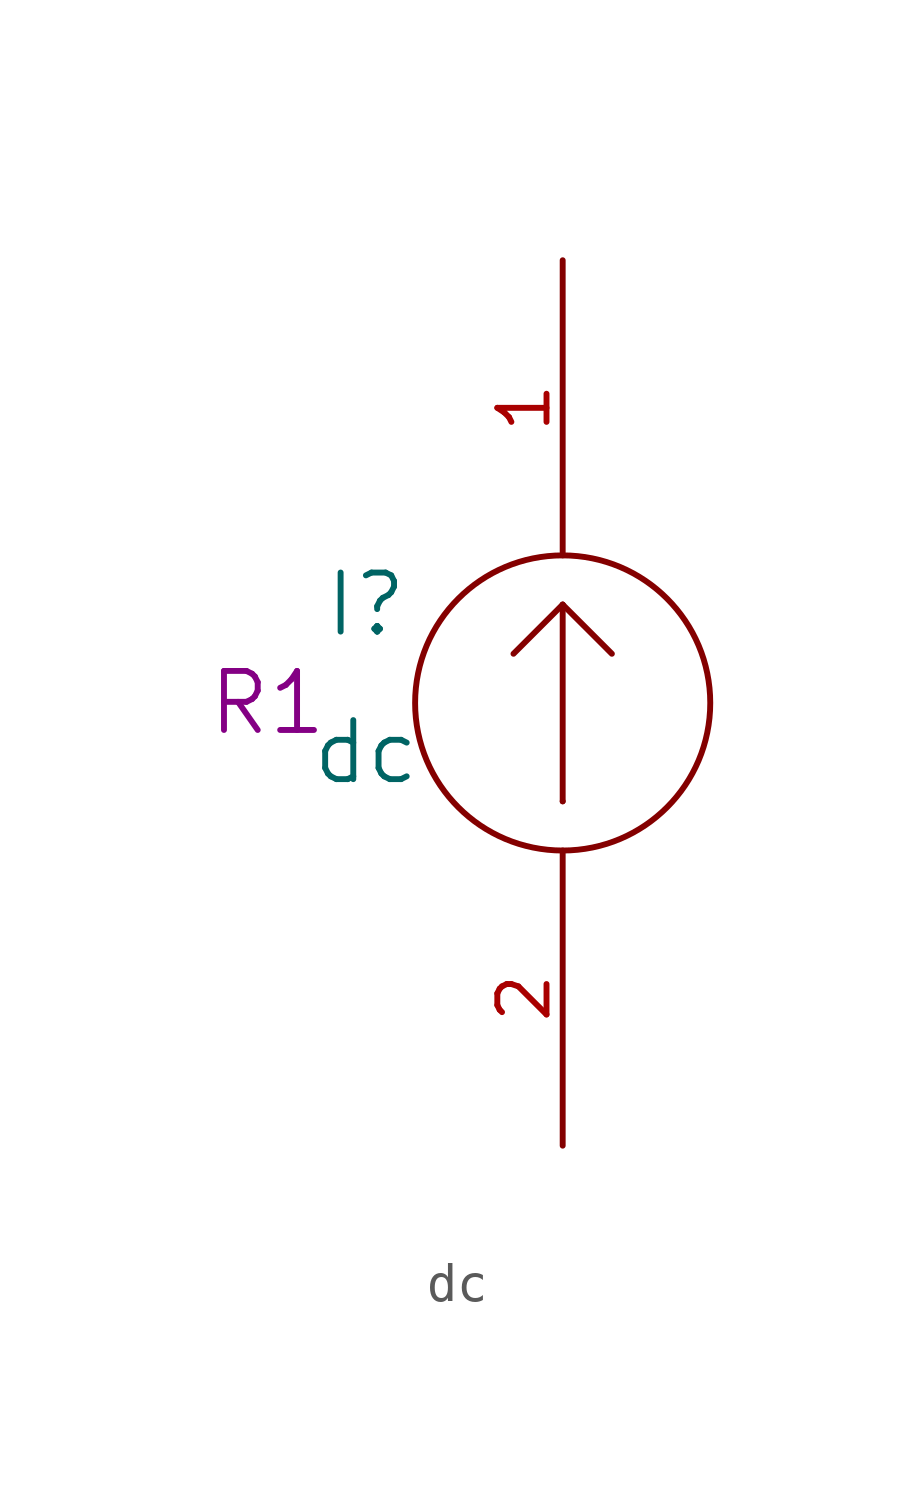
<source format=kicad_sym>
(kicad_symbol_lib
  (version 20211014)
  (generator kicad_symbol_editor)
  (symbol "dc"
    (pin_names
      (offset 1.016))
    (property "Reference" "I"
      (at -5.08 2.54 0)
      (effects (font (size 1.524 1.524))))
    (property "Value" "dc"
      (at -5.08 -1.27 0)
      (effects (font (size 1.524 1.524))))
    (property "Footprint" "R1"
      (at -7.62 0 0)
      (effects (font (size 1.524 1.524))))
    (property "Datasheet" ""
      (at 0 0 0)
      (effects (font (size 1.524 1.524))))
    (symbol "dc_0_1"
      (polyline (pts (xy 0 -2.54) (xy 0 -2.54)) (stroke (width 0) (type default) (color 0 0 0 0)) (fill (type none)))
      (polyline (pts (xy 0 2.54) (xy -1.27 1.27)) (stroke (width 0) (type default) (color 0 0 0 0)) (fill (type none)))
      (polyline (pts (xy 0 2.54) (xy 0 -2.54)) (stroke (width 0) (type default) (color 0 0 0 0)) (fill (type none)))
      (polyline (pts (xy 0 2.54) (xy 1.27 1.27)) (stroke (width 0) (type default) (color 0 0 0 0)) (fill (type none)))
      (circle (center 0 0) (radius 3.81) (stroke (width 0) (type default) (color 0 0 0 0)) (fill (type none))))
    (symbol "dc_1_1"
      (pin passive line (at 0 11.43 270) (length 7.62) (name "~" (effects (font (size 1.27 1.27)))) (number "1" (effects (font (size 1.27 1.27)))))
      (pin passive line (at 0 -11.43 90) (length 7.62) (name "~" (effects (font (size 1.27 1.27)))) (number "2" (effects (font (size 1.27 1.27))))))))
</source>
